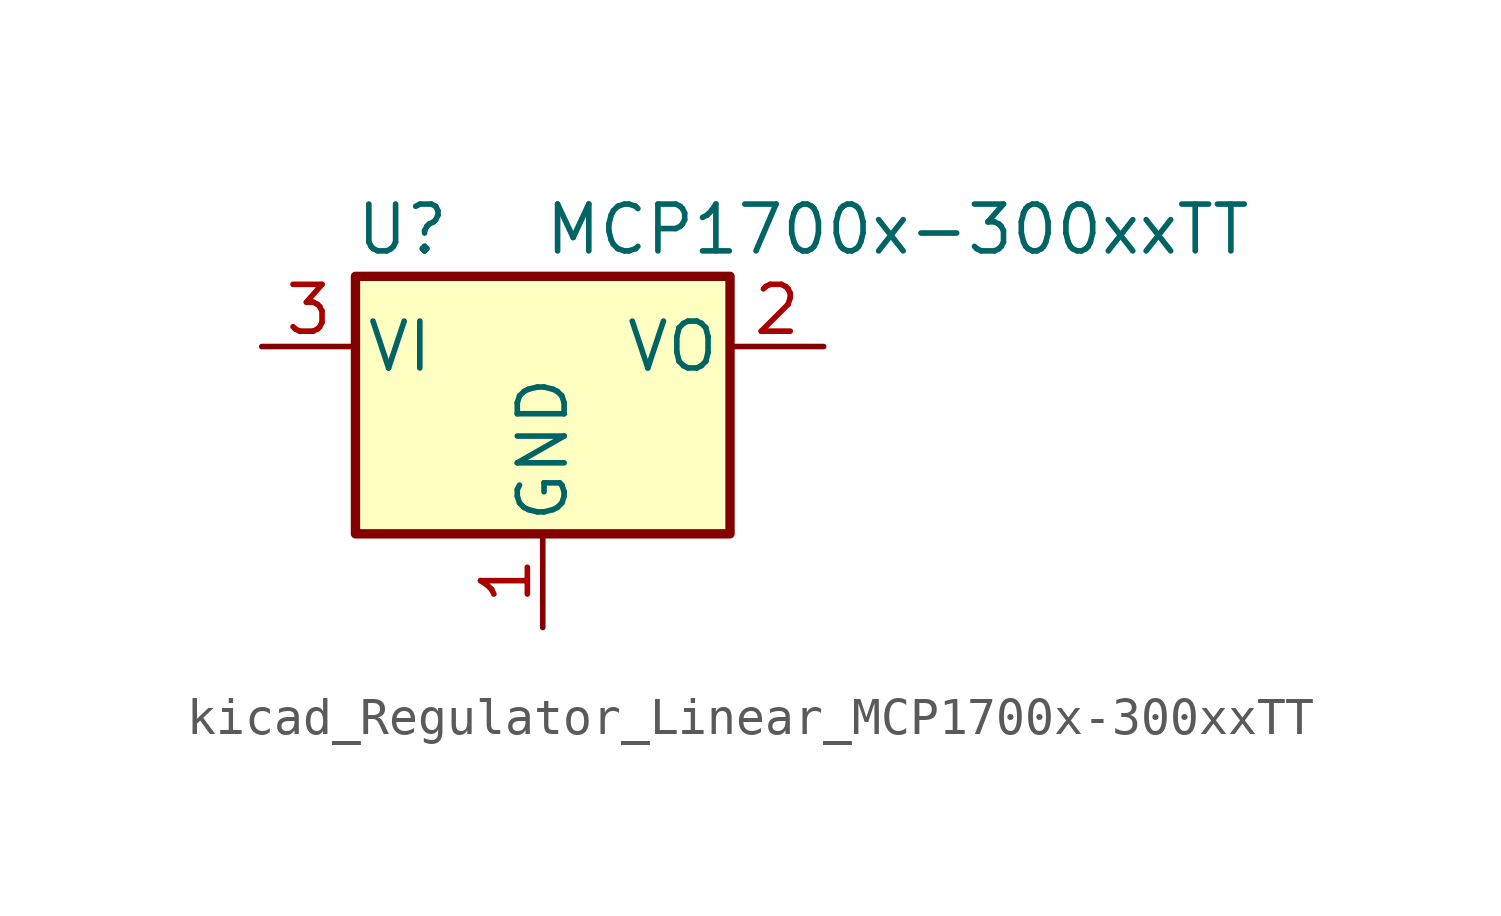
<source format=kicad_sym>
(kicad_symbol_lib
  (version 20220914)
  (generator kicad_symbol_editor)
  (symbol "kicad_Regulator_Linear_MCP1700x-300xxTT"
    (pin_names
      (offset 0.254))
    (property "Reference" "U"
      (at -3.81 3.175 0)
      (effects (font (size 1.27 1.27))))
    (property "Value" "MCP1700x-300xxTT"
      (at 0 3.175 0)
      (effects (font (size 1.27 1.27)) (justify left)))
    (symbol "kicad_Regulator_Linear_MCP1700x-300xxTT_0_1"
      (rectangle (start -5.08 1.905) (end 5.08 -5.08) (stroke (width 0.254) (type default)) (fill (type background))))
    (symbol "kicad_Regulator_Linear_MCP1700x-300xxTT_1_1"
      (pin power_in line (at 0 -7.62 90) (length 2.54) (name "GND" (effects (font (size 1.27 1.27)))) (number "1" (effects (font (size 1.27 1.27)))))
      (pin power_out line (at 7.62 0 180) (length 2.54) (name "VO" (effects (font (size 1.27 1.27)))) (number "2" (effects (font (size 1.27 1.27)))))
      (pin power_in line (at -7.62 0 0) (length 2.54) (name "VI" (effects (font (size 1.27 1.27)))) (number "3" (effects (font (size 1.27 1.27))))))))
</source>
